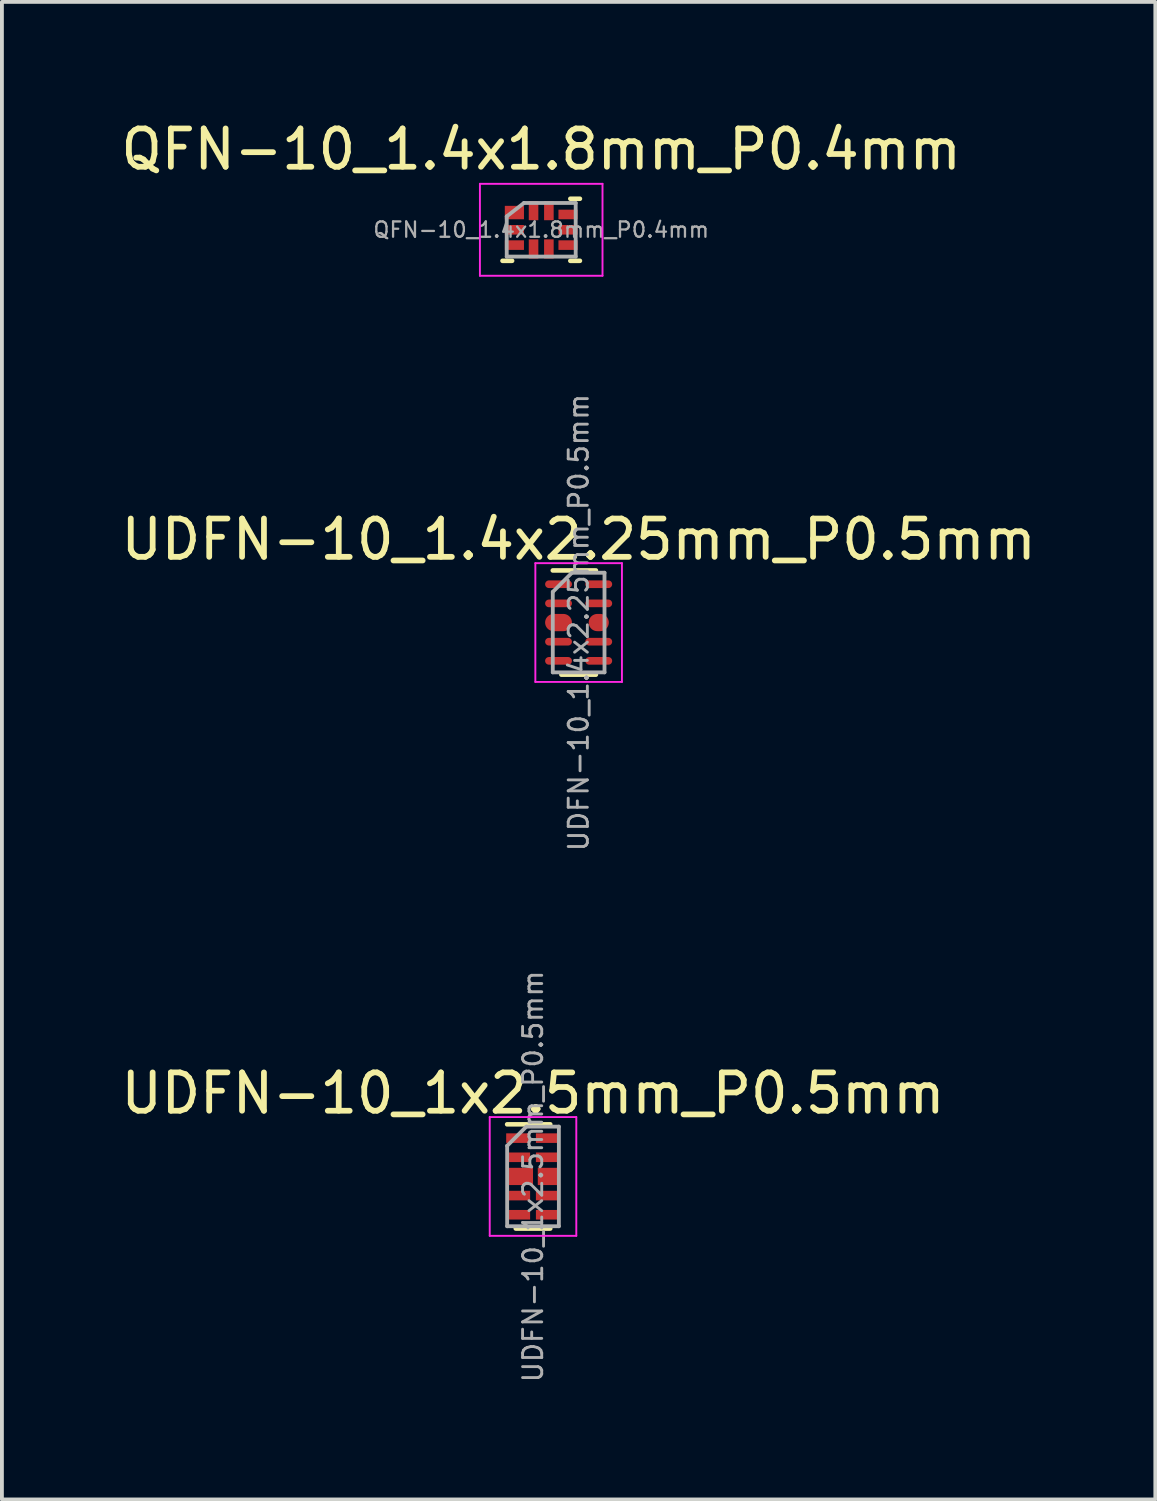
<source format=kicad_pcb>
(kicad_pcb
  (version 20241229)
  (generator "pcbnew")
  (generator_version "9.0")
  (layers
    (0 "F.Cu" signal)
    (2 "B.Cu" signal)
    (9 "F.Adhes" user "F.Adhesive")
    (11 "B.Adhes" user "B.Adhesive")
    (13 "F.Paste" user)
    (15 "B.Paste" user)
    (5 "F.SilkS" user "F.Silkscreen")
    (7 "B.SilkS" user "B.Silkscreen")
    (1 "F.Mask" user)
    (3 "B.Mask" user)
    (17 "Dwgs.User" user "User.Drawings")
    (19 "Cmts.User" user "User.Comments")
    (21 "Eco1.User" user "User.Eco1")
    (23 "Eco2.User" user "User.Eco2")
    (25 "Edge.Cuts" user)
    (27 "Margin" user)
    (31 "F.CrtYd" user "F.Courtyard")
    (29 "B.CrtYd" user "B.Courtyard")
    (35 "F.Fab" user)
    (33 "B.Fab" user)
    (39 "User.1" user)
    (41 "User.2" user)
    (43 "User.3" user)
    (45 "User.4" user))
  (footprint "UDFN-10_1x2.5mm_P0.5mm"
    (layer "F.Cu")
    (at 10.863 27.658)
    (property "Reference" "UDFN-10_1x2.5mm_P0.5mm" (at 0 -2.17 0) (layer "F.SilkS") (effects (font (size 1 1) (thickness 0.15))))
    (attr smd)
    (fp_line (start -0.675 -1.36) (end 0.45 -1.36) (stroke (width 0.12) (type solid)) (layer "F.SilkS"))
    (fp_line (start -0.45 1.36) (end 0.45 1.36) (stroke (width 0.12) (type solid)) (layer "F.SilkS"))
    (fp_line (start -1.13 -1.55) (end -1.13 1.55) (stroke (width 0.05) (type solid)) (layer "F.CrtYd"))
    (fp_line (start -1.13 -1.55) (end 1.13 -1.55) (stroke (width 0.05) (type solid)) (layer "F.CrtYd"))
    (fp_line (start -1.13 1.55) (end 1.13 1.55) (stroke (width 0.05) (type solid)) (layer "F.CrtYd"))
    (fp_line (start 1.13 -1.55) (end 1.13 1.55) (stroke (width 0.05) (type solid)) (layer "F.CrtYd"))
    (fp_line (start -0.675 -0.8) (end -0.175 -1.3) (stroke (width 0.1) (type solid)) (layer "F.Fab"))
    (fp_line (start -0.675 1.3) (end -0.675 -0.8) (stroke (width 0.1) (type solid)) (layer "F.Fab"))
    (fp_line (start -0.175 -1.3) (end 0.675 -1.3) (stroke (width 0.1) (type solid)) (layer "F.Fab"))
    (fp_line (start 0.675 -1.3) (end 0.675 1.3) (stroke (width 0.1) (type solid)) (layer "F.Fab"))
    (fp_line (start 0.675 1.3) (end -0.675 1.3) (stroke (width 0.1) (type solid)) (layer "F.Fab"))
    (fp_text user "${REFERENCE}" (at 0 0 90) (layer "F.Fab") (effects (font (size 0.5 0.5) (thickness 0.075))))
    (pad "1" smd rect (at -0.388 -1) (size 0.625 0.25) (layers "F.Cu" "F.Mask" "F.Paste"))
    (pad "2" smd rect (at -0.388 -0.5) (size 0.625 0.25) (layers "F.Cu" "F.Mask" "F.Paste"))
    (pad "3" smd rect (at -0.35 0) (size 0.7 0.45) (layers "F.Cu" "F.Mask" "F.Paste"))
    (pad "4" smd rect (at -0.388 0.5) (size 0.625 0.25) (layers "F.Cu" "F.Mask" "F.Paste"))
    (pad "5" smd rect (at -0.388 1) (size 0.625 0.25) (layers "F.Cu" "F.Mask" "F.Paste"))
    (pad "6" smd rect (at 0.388 1) (size 0.625 0.25) (layers "F.Cu" "F.Mask" "F.Paste"))
    (pad "7" smd rect (at 0.388 0.5) (size 0.625 0.25) (layers "F.Cu" "F.Mask" "F.Paste"))
    (pad "8" smd rect (at 0.412 0) (size 0.575 0.45) (layers "F.Cu" "F.Mask" "F.Paste"))
    (pad "9" smd rect (at 0.388 -0.5) (size 0.625 0.25) (layers "F.Cu" "F.Mask" "F.Paste"))
    (pad "10" smd rect (at 0.388 -1) (size 0.625 0.25) (layers "F.Cu" "F.Mask" "F.Paste")))
  (footprint "UDFN-10_1.4x2.25mm_P0.5mm"
    (layer "F.Cu")
    (at 12.054 13.2)
    (property "Reference" "UDFN-10_1.4x2.25mm_P0.5mm" (at 0 -2.17 0) (layer "F.SilkS") (effects (font (size 1 1) (thickness 0.15))))
    (attr smd)
    (fp_line (start -0.675 -1.36) (end 0.45 -1.36) (stroke (width 0.12) (type solid)) (layer "F.SilkS"))
    (fp_line (start -0.45 1.36) (end 0.45 1.36) (stroke (width 0.12) (type solid)) (layer "F.SilkS"))
    (fp_line (start -1.13 -1.55) (end -1.13 1.55) (stroke (width 0.05) (type solid)) (layer "F.CrtYd"))
    (fp_line (start -1.13 -1.55) (end 1.13 -1.55) (stroke (width 0.05) (type solid)) (layer "F.CrtYd"))
    (fp_line (start -1.13 1.55) (end 1.13 1.55) (stroke (width 0.05) (type solid)) (layer "F.CrtYd"))
    (fp_line (start 1.13 -1.55) (end 1.13 1.55) (stroke (width 0.05) (type solid)) (layer "F.CrtYd"))
    (fp_line (start -0.675 -0.8) (end -0.175 -1.3) (stroke (width 0.1) (type solid)) (layer "F.Fab"))
    (fp_line (start -0.675 1.3) (end -0.675 -0.8) (stroke (width 0.1) (type solid)) (layer "F.Fab"))
    (fp_line (start -0.175 -1.3) (end 0.675 -1.3) (stroke (width 0.1) (type solid)) (layer "F.Fab"))
    (fp_line (start 0.675 -1.3) (end 0.675 1.3) (stroke (width 0.1) (type solid)) (layer "F.Fab"))
    (fp_line (start 0.675 1.3) (end -0.675 1.3) (stroke (width 0.1) (type solid)) (layer "F.Fab"))
    (fp_text user "${REFERENCE}" (at 0 0 90) (layer "F.Fab") (effects (font (size 0.5 0.5) (thickness 0.075))))
    (pad "1" smd oval (at -0.525 -1) (size 0.7 0.2) (layers "F.Cu" "F.Mask" "F.Paste"))
    (pad "2" smd oval (at -0.525 -0.5) (size 0.7 0.2) (layers "F.Cu" "F.Mask" "F.Paste"))
    (pad "3" smd oval (at -0.525 0) (size 0.7 0.45) (layers "F.Cu" "F.Mask" "F.Paste"))
    (pad "4" smd oval (at -0.525 0.5) (size 0.7 0.2) (layers "F.Cu" "F.Mask" "F.Paste"))
    (pad "5" smd oval (at -0.525 1) (size 0.7 0.2) (layers "F.Cu" "F.Mask" "F.Paste"))
    (pad "6" smd oval (at 0.525 1) (size 0.7 0.2) (layers "F.Cu" "F.Mask" "F.Paste"))
    (pad "7" smd oval (at 0.525 0.5) (size 0.7 0.2) (layers "F.Cu" "F.Mask" "F.Paste"))
    (pad "8" smd oval (at 0.525 0) (size 0.525 0.45) (layers "F.Cu" "F.Mask" "F.Paste"))
    (pad "9" smd oval (at 0.525 -0.5) (size 0.7 0.2) (layers "F.Cu" "F.Mask" "F.Paste"))
    (pad "10" smd oval (at 0.525 -1) (size 0.7 0.2) (layers "F.Cu" "F.Mask" "F.Paste")))
  (footprint "QFN-10_1.4x1.8mm_P0.4mm"
    (layer "F.Cu")
    (at 11.077 2.948)
    (property "Reference" "QFN-10_1.4x1.8mm_P0.4mm" (at 0 -2.1 0) (layer "F.SilkS") (effects (font (size 1 1) (thickness 0.15))))
    (attr smd)
    (fp_line (start -0.76 0.81) (end -1.01 0.81) (stroke (width 0.12) (type solid)) (layer "F.SilkS"))
    (fp_line (start 0.76 -0.81) (end 1.01 -0.81) (stroke (width 0.12) (type solid)) (layer "F.SilkS"))
    (fp_line (start 0.76 0.81) (end 1.01 0.81) (stroke (width 0.12) (type solid)) (layer "F.SilkS"))
    (fp_line (start -1.6 -1.2) (end -1.6 1.2) (stroke (width 0.05) (type solid)) (layer "F.CrtYd"))
    (fp_line (start -1.6 1.2) (end 1.6 1.2) (stroke (width 0.05) (type solid)) (layer "F.CrtYd"))
    (fp_line (start 1.6 -1.2) (end -1.6 -1.2) (stroke (width 0.05) (type solid)) (layer "F.CrtYd"))
    (fp_line (start 1.6 1.2) (end 1.6 -1.2) (stroke (width 0.05) (type solid)) (layer "F.CrtYd"))
    (fp_line (start -0.9 -0.35) (end -0.45 -0.7) (stroke (width 0.1) (type solid)) (layer "F.Fab"))
    (fp_line (start -0.9 0.7) (end -0.9 -0.35) (stroke (width 0.1) (type solid)) (layer "F.Fab"))
    (fp_line (start -0.45 -0.7) (end 0.9 -0.7) (stroke (width 0.1) (type solid)) (layer "F.Fab"))
    (fp_line (start 0.9 -0.7) (end 0.9 0.7) (stroke (width 0.1) (type solid)) (layer "F.Fab"))
    (fp_line (start 0.9 0.7) (end -0.9 0.7) (stroke (width 0.1) (type solid)) (layer "F.Fab"))
    (fp_text user "${REFERENCE}" (at 0 0 0) (layer "F.Fab") (effects (font (size 0.4 0.4) (thickness 0.06))))
    (pad "1" smd rect (at -0.7 -0.45) (size 0.5 0.35) (layers "F.Cu" "F.Mask" "F.Paste"))
    (pad "2" smd rect (at -0.7 0) (size 0.5 0.25) (layers "F.Cu" "F.Mask" "F.Paste"))
    (pad "3" smd rect (at -0.7 0.4) (size 0.5 0.25) (layers "F.Cu" "F.Mask" "F.Paste"))
    (pad "4" smd rect (at -0.2 0.5) (size 0.25 0.5) (layers "F.Cu" "F.Mask" "F.Paste"))
    (pad "5" smd rect (at 0.2 0.5) (size 0.25 0.5) (layers "F.Cu" "F.Mask" "F.Paste"))
    (pad "6" smd rect (at 0.7 0.4) (size 0.5 0.25) (layers "F.Cu" "F.Mask" "F.Paste"))
    (pad "7" smd rect (at 0.7 0) (size 0.5 0.25) (layers "F.Cu" "F.Mask" "F.Paste"))
    (pad "8" smd rect (at 0.7 -0.4) (size 0.5 0.25) (layers "F.Cu" "F.Mask" "F.Paste"))
    (pad "9" smd rect (at 0.2 -0.5) (size 0.25 0.5) (layers "F.Cu" "F.Mask" "F.Paste"))
    (pad "10" smd rect (at -0.2 -0.5) (size 0.25 0.5) (layers "F.Cu" "F.Mask" "F.Paste")))
  (gr_rect
    (start -3 -3)
    (end 27.107 36.09)
    (stroke (width 0.1) (type default))
    (fill no)
    (layer "Edge.Cuts")))
</source>
